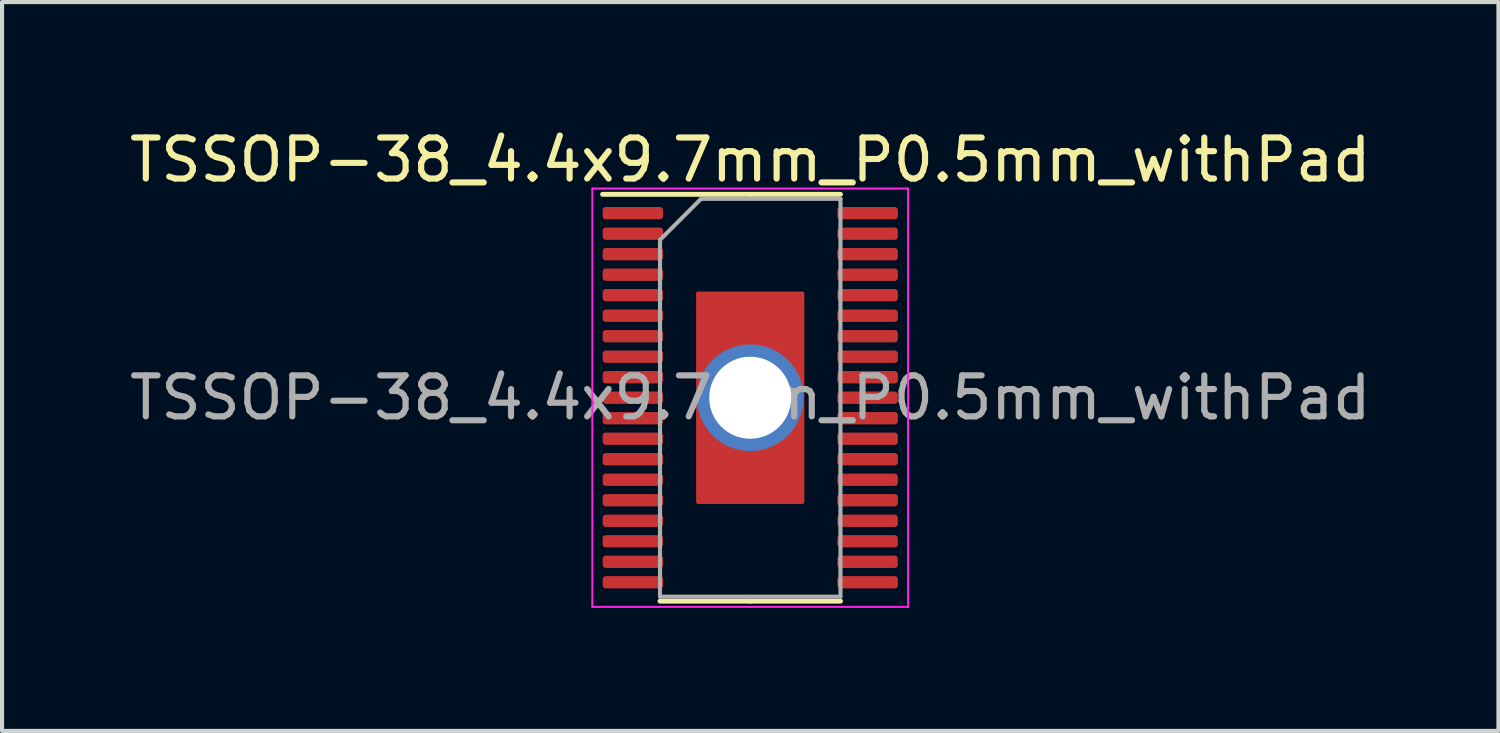
<source format=kicad_pcb>
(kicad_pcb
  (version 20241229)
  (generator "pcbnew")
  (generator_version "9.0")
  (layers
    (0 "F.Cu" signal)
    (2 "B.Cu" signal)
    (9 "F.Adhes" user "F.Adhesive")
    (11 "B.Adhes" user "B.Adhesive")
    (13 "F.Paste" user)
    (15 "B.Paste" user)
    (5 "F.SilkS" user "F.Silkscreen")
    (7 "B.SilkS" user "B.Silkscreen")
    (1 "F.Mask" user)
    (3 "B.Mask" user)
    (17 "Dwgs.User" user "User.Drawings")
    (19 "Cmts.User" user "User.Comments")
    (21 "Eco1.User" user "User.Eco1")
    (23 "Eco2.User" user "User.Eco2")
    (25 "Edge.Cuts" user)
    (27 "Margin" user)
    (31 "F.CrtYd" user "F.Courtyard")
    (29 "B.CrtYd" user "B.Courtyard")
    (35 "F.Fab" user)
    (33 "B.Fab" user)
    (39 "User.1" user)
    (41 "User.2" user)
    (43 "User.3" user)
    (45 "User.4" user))
  (footprint "TSSOP-38_4.4x9.7mm_P0.5mm_withPad"
    (layer "F.Cu")
    (at 15.244 6.648)
    (property "Reference" "TSSOP-38_4.4x9.7mm_P0.5mm_withPad" (at 0 -5.8 0) (layer "F.SilkS") (effects (font (size 1 1) (thickness 0.15))))
    (attr smd)
    (fp_poly (pts (xy 1.27 2.54) (xy -1.27 2.54) (xy -1.27 -2.54) (xy 1.27 -2.54)) (stroke (width 0.1) (type solid)) (fill yes) (layer "F.Cu"))
    (fp_line (start 0 -4.96) (end -3.6 -4.96) (stroke (width 0.12) (type solid)) (layer "F.SilkS"))
    (fp_line (start 0 -4.96) (end 2.2 -4.96) (stroke (width 0.12) (type solid)) (layer "F.SilkS"))
    (fp_line (start 0 4.96) (end -2.2 4.96) (stroke (width 0.12) (type solid)) (layer "F.SilkS"))
    (fp_line (start 0 4.96) (end 2.2 4.96) (stroke (width 0.12) (type solid)) (layer "F.SilkS"))
    (fp_line (start -3.85 -5.1) (end -3.85 5.1) (stroke (width 0.05) (type solid)) (layer "F.CrtYd"))
    (fp_line (start -3.85 5.1) (end 3.85 5.1) (stroke (width 0.05) (type solid)) (layer "F.CrtYd"))
    (fp_line (start 3.85 -5.1) (end -3.85 -5.1) (stroke (width 0.05) (type solid)) (layer "F.CrtYd"))
    (fp_line (start 3.85 5.1) (end 3.85 -5.1) (stroke (width 0.05) (type solid)) (layer "F.CrtYd"))
    (fp_line (start -2.2 -3.85) (end -1.2 -4.85) (stroke (width 0.1) (type solid)) (layer "F.Fab"))
    (fp_line (start -2.2 4.85) (end -2.2 -3.85) (stroke (width 0.1) (type solid)) (layer "F.Fab"))
    (fp_line (start -1.2 -4.85) (end 2.2 -4.85) (stroke (width 0.1) (type solid)) (layer "F.Fab"))
    (fp_line (start 2.2 -4.85) (end 2.2 4.85) (stroke (width 0.1) (type solid)) (layer "F.Fab"))
    (fp_line (start 2.2 4.85) (end -2.2 4.85) (stroke (width 0.1) (type solid)) (layer "F.Fab"))
    (fp_text user "${REFERENCE}" (at 0 0 0) (layer "F.Fab") (effects (font (size 1 1) (thickness 0.15))))
    (pad "1" smd roundrect (at -2.862 -4.5) (size 1.475 0.3) (layers "F.Cu" "F.Mask" "F.Paste") (roundrect_rratio 0.25))
    (pad "2" smd roundrect (at -2.862 -4) (size 1.475 0.3) (layers "F.Cu" "F.Mask" "F.Paste") (roundrect_rratio 0.25))
    (pad "3" smd roundrect (at -2.862 -3.5) (size 1.475 0.3) (layers "F.Cu" "F.Mask" "F.Paste") (roundrect_rratio 0.25))
    (pad "4" smd roundrect (at -2.862 -3) (size 1.475 0.3) (layers "F.Cu" "F.Mask" "F.Paste") (roundrect_rratio 0.25))
    (pad "5" smd roundrect (at -2.862 -2.5) (size 1.475 0.3) (layers "F.Cu" "F.Mask" "F.Paste") (roundrect_rratio 0.25))
    (pad "6" smd roundrect (at -2.862 -2) (size 1.475 0.3) (layers "F.Cu" "F.Mask" "F.Paste") (roundrect_rratio 0.25))
    (pad "7" smd roundrect (at -2.862 -1.5) (size 1.475 0.3) (layers "F.Cu" "F.Mask" "F.Paste") (roundrect_rratio 0.25))
    (pad "8" smd roundrect (at -2.862 -1) (size 1.475 0.3) (layers "F.Cu" "F.Mask" "F.Paste") (roundrect_rratio 0.25))
    (pad "9" smd roundrect (at -2.862 -0.5) (size 1.475 0.3) (layers "F.Cu" "F.Mask" "F.Paste") (roundrect_rratio 0.25))
    (pad "10" smd roundrect (at -2.862 0) (size 1.475 0.3) (layers "F.Cu" "F.Mask" "F.Paste") (roundrect_rratio 0.25))
    (pad "11" smd roundrect (at -2.862 0.5) (size 1.475 0.3) (layers "F.Cu" "F.Mask" "F.Paste") (roundrect_rratio 0.25))
    (pad "12" smd roundrect (at -2.862 1) (size 1.475 0.3) (layers "F.Cu" "F.Mask" "F.Paste") (roundrect_rratio 0.25))
    (pad "13" smd roundrect (at -2.862 1.5) (size 1.475 0.3) (layers "F.Cu" "F.Mask" "F.Paste") (roundrect_rratio 0.25))
    (pad "14" smd roundrect (at -2.862 2) (size 1.475 0.3) (layers "F.Cu" "F.Mask" "F.Paste") (roundrect_rratio 0.25))
    (pad "15" smd roundrect (at -2.862 2.5) (size 1.475 0.3) (layers "F.Cu" "F.Mask" "F.Paste") (roundrect_rratio 0.25))
    (pad "16" smd roundrect (at -2.862 3) (size 1.475 0.3) (layers "F.Cu" "F.Mask" "F.Paste") (roundrect_rratio 0.25))
    (pad "17" smd roundrect (at -2.862 3.5) (size 1.475 0.3) (layers "F.Cu" "F.Mask" "F.Paste") (roundrect_rratio 0.25))
    (pad "18" smd roundrect (at -2.862 4) (size 1.475 0.3) (layers "F.Cu" "F.Mask" "F.Paste") (roundrect_rratio 0.25))
    (pad "19" smd roundrect (at -2.862 4.5) (size 1.475 0.3) (layers "F.Cu" "F.Mask" "F.Paste") (roundrect_rratio 0.25))
    (pad "20" smd roundrect (at 2.862 4.5) (size 1.475 0.3) (layers "F.Cu" "F.Mask" "F.Paste") (roundrect_rratio 0.25))
    (pad "21" smd roundrect (at 2.862 4) (size 1.475 0.3) (layers "F.Cu" "F.Mask" "F.Paste") (roundrect_rratio 0.25))
    (pad "22" smd roundrect (at 2.862 3.5) (size 1.475 0.3) (layers "F.Cu" "F.Mask" "F.Paste") (roundrect_rratio 0.25))
    (pad "23" smd roundrect (at 2.862 3) (size 1.475 0.3) (layers "F.Cu" "F.Mask" "F.Paste") (roundrect_rratio 0.25))
    (pad "24" smd roundrect (at 2.862 2.5) (size 1.475 0.3) (layers "F.Cu" "F.Mask" "F.Paste") (roundrect_rratio 0.25))
    (pad "25" smd roundrect (at 2.862 2) (size 1.475 0.3) (layers "F.Cu" "F.Mask" "F.Paste") (roundrect_rratio 0.25))
    (pad "26" smd roundrect (at 2.862 1.5) (size 1.475 0.3) (layers "F.Cu" "F.Mask" "F.Paste") (roundrect_rratio 0.25))
    (pad "27" smd roundrect (at 2.862 1) (size 1.475 0.3) (layers "F.Cu" "F.Mask" "F.Paste") (roundrect_rratio 0.25))
    (pad "28" smd roundrect (at 2.862 0.5) (size 1.475 0.3) (layers "F.Cu" "F.Mask" "F.Paste") (roundrect_rratio 0.25))
    (pad "29" smd roundrect (at 2.862 0) (size 1.475 0.3) (layers "F.Cu" "F.Mask" "F.Paste") (roundrect_rratio 0.25))
    (pad "30" smd roundrect (at 2.862 -0.5) (size 1.475 0.3) (layers "F.Cu" "F.Mask" "F.Paste") (roundrect_rratio 0.25))
    (pad "31" smd roundrect (at 2.862 -1) (size 1.475 0.3) (layers "F.Cu" "F.Mask" "F.Paste") (roundrect_rratio 0.25))
    (pad "32" smd roundrect (at 2.862 -1.5) (size 1.475 0.3) (layers "F.Cu" "F.Mask" "F.Paste") (roundrect_rratio 0.25))
    (pad "33" smd roundrect (at 2.862 -2) (size 1.475 0.3) (layers "F.Cu" "F.Mask" "F.Paste") (roundrect_rratio 0.25))
    (pad "34" smd roundrect (at 2.862 -2.5) (size 1.475 0.3) (layers "F.Cu" "F.Mask" "F.Paste") (roundrect_rratio 0.25))
    (pad "35" smd roundrect (at 2.862 -3) (size 1.475 0.3) (layers "F.Cu" "F.Mask" "F.Paste") (roundrect_rratio 0.25))
    (pad "36" smd roundrect (at 2.862 -3.5) (size 1.475 0.3) (layers "F.Cu" "F.Mask" "F.Paste") (roundrect_rratio 0.25))
    (pad "37" smd roundrect (at 2.862 -4) (size 1.475 0.3) (layers "F.Cu" "F.Mask" "F.Paste") (roundrect_rratio 0.25))
    (pad "38" smd roundrect (at 2.862 -4.5) (size 1.475 0.3) (layers "F.Cu" "F.Mask" "F.Paste") (roundrect_rratio 0.25))
    (pad "39" thru_hole circle (at 0 0) (size 2.6 2.6) (drill 2) (layers "*.Cu" "*.Mask")))
  (gr_rect
    (start -3 -3)
    (end 33.488 14.773)
    (stroke (width 0.1) (type default))
    (fill no)
    (layer "Edge.Cuts")))
</source>
